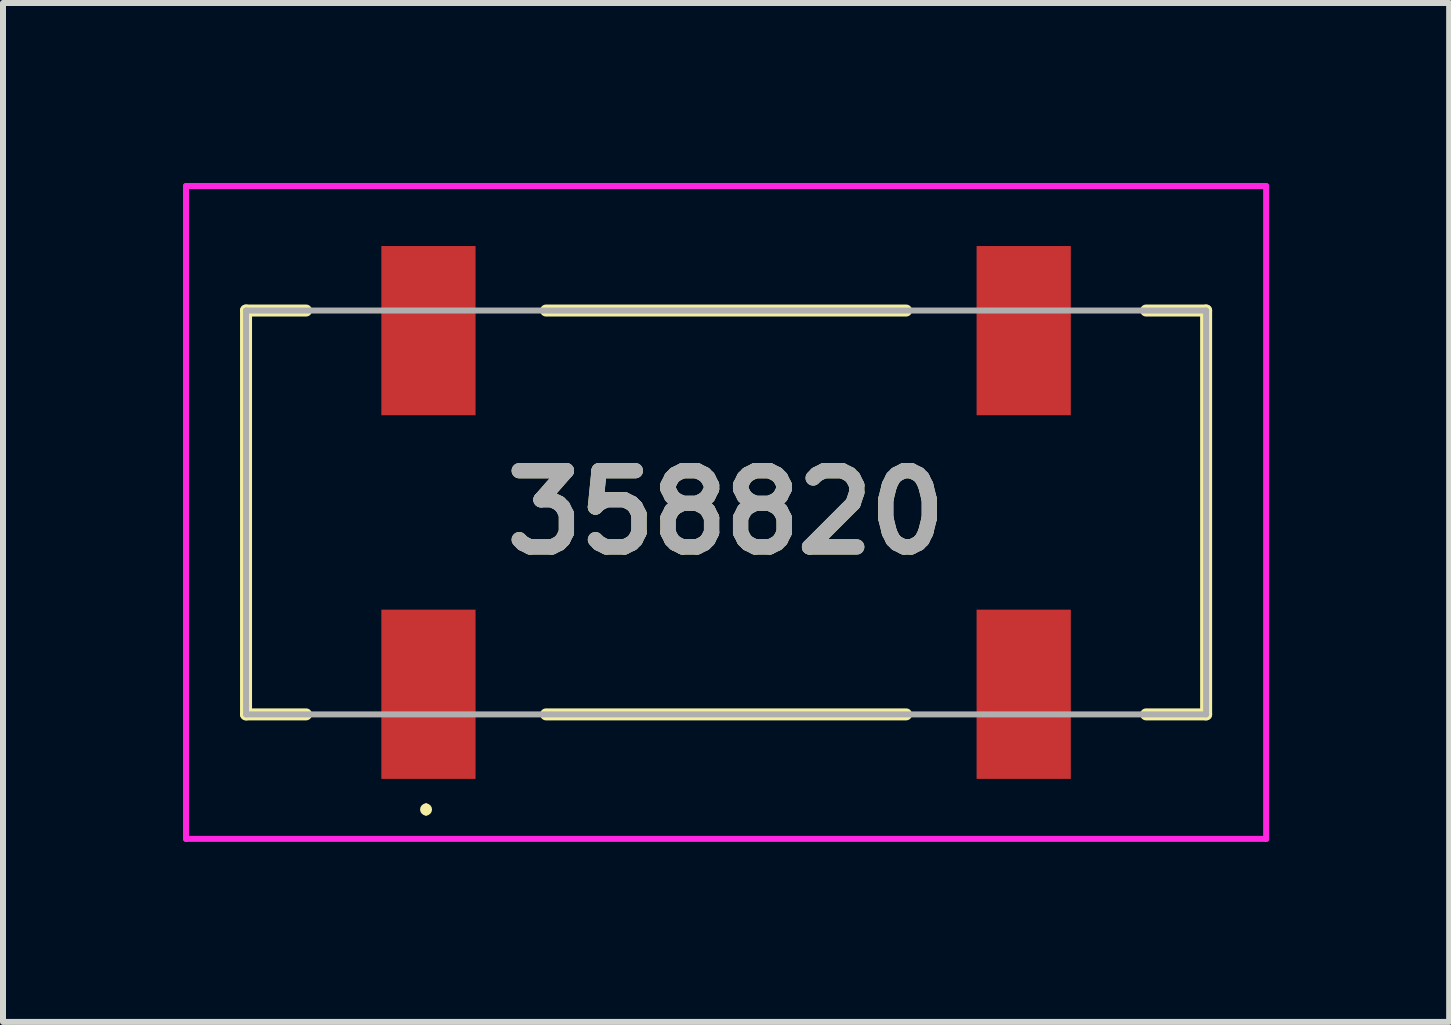
<source format=kicad_pcb>
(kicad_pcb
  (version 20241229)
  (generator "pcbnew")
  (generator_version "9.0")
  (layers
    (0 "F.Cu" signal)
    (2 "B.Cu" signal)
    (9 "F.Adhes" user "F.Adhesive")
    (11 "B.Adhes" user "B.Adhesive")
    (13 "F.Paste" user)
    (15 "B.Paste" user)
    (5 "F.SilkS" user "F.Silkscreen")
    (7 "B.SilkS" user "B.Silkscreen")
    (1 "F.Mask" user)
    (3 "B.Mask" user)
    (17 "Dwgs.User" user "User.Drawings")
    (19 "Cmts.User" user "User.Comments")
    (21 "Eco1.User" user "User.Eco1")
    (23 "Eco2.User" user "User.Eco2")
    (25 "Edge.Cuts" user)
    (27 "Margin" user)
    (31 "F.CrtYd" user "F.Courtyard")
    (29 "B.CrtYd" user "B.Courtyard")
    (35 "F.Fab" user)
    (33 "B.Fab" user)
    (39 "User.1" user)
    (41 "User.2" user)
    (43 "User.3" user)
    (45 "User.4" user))
  (footprint "358820"
    (layer "F.Cu")
    (at 9.05 5.49)
    (property "Reference" "358820" (at 0 0 0) (layer "F.SilkS") (effects (font (size 1.27 1.27) (thickness 0.254))))
    (attr smd)
    (fp_line (start -8 -3.365) (end -8 3.365) (stroke (width 0.2) (type solid)) (layer "F.SilkS"))
    (fp_line (start -8 3.365) (end -7 3.365) (stroke (width 0.2) (type solid)) (layer "F.SilkS"))
    (fp_line (start -7 -3.365) (end -8 -3.365) (stroke (width 0.2) (type solid)) (layer "F.SilkS"))
    (fp_line (start -5 4.9) (end -5 4.9) (stroke (width 0.1) (type solid)) (layer "F.SilkS"))
    (fp_line (start -5 5) (end -5 5) (stroke (width 0.1) (type solid)) (layer "F.SilkS"))
    (fp_line (start -3 -3.365) (end 3 -3.365) (stroke (width 0.2) (type solid)) (layer "F.SilkS"))
    (fp_line (start -3 3.365) (end 3 3.365) (stroke (width 0.2) (type solid)) (layer "F.SilkS"))
    (fp_line (start 7 -3.365) (end 8 -3.365) (stroke (width 0.2) (type solid)) (layer "F.SilkS"))
    (fp_line (start 8 -3.365) (end 8 3.365) (stroke (width 0.2) (type solid)) (layer "F.SilkS"))
    (fp_line (start 8 3.365) (end 7 3.365) (stroke (width 0.2) (type solid)) (layer "F.SilkS"))
    (fp_arc (start -5 4.9) (mid -4.95 4.95) (end -5 5) (stroke (width 0.1) (type solid)) (layer "F.SilkS"))
    (fp_arc (start -5 5) (mid -5.05 4.95) (end -5 4.9) (stroke (width 0.1) (type solid)) (layer "F.SilkS"))
    (fp_line (start -9 -5.44) (end 9 -5.44) (stroke (width 0.1) (type solid)) (layer "F.CrtYd"))
    (fp_line (start -9 5.44) (end -9 -5.44) (stroke (width 0.1) (type solid)) (layer "F.CrtYd"))
    (fp_line (start 9 -5.44) (end 9 5.44) (stroke (width 0.1) (type solid)) (layer "F.CrtYd"))
    (fp_line (start 9 5.44) (end -9 5.44) (stroke (width 0.1) (type solid)) (layer "F.CrtYd"))
    (fp_line (start -8 -3.365) (end 8 -3.365) (stroke (width 0.1) (type solid)) (layer "F.Fab"))
    (fp_line (start -8 3.365) (end -8 -3.365) (stroke (width 0.1) (type solid)) (layer "F.Fab"))
    (fp_line (start 8 -3.365) (end 8 3.365) (stroke (width 0.1) (type solid)) (layer "F.Fab"))
    (fp_line (start 8 3.365) (end -8 3.365) (stroke (width 0.1) (type solid)) (layer "F.Fab"))
    (fp_text user "${REFERENCE}" (at 0 0 0) (layer "F.Fab") (effects (font (size 1.27 1.27) (thickness 0.254))))
    (pad "1" smd rect (at -4.96 3.03) (size 1.57 2.82) (layers "F.Cu" "F.Mask" "F.Paste"))
    (pad "2" smd rect (at 4.96 3.03) (size 1.57 2.82) (layers "F.Cu" "F.Mask" "F.Paste"))
    (pad "3" smd rect (at 4.96 -3.03) (size 1.57 2.82) (layers "F.Cu" "F.Mask" "F.Paste"))
    (pad "4" smd rect (at -4.96 -3.03) (size 1.57 2.82) (layers "F.Cu" "F.Mask" "F.Paste")))
  (gr_rect
    (start -3 -3)
    (end 21.1 13.98)
    (stroke (width 0.1) (type default))
    (fill no)
    (layer "Edge.Cuts")))
</source>
